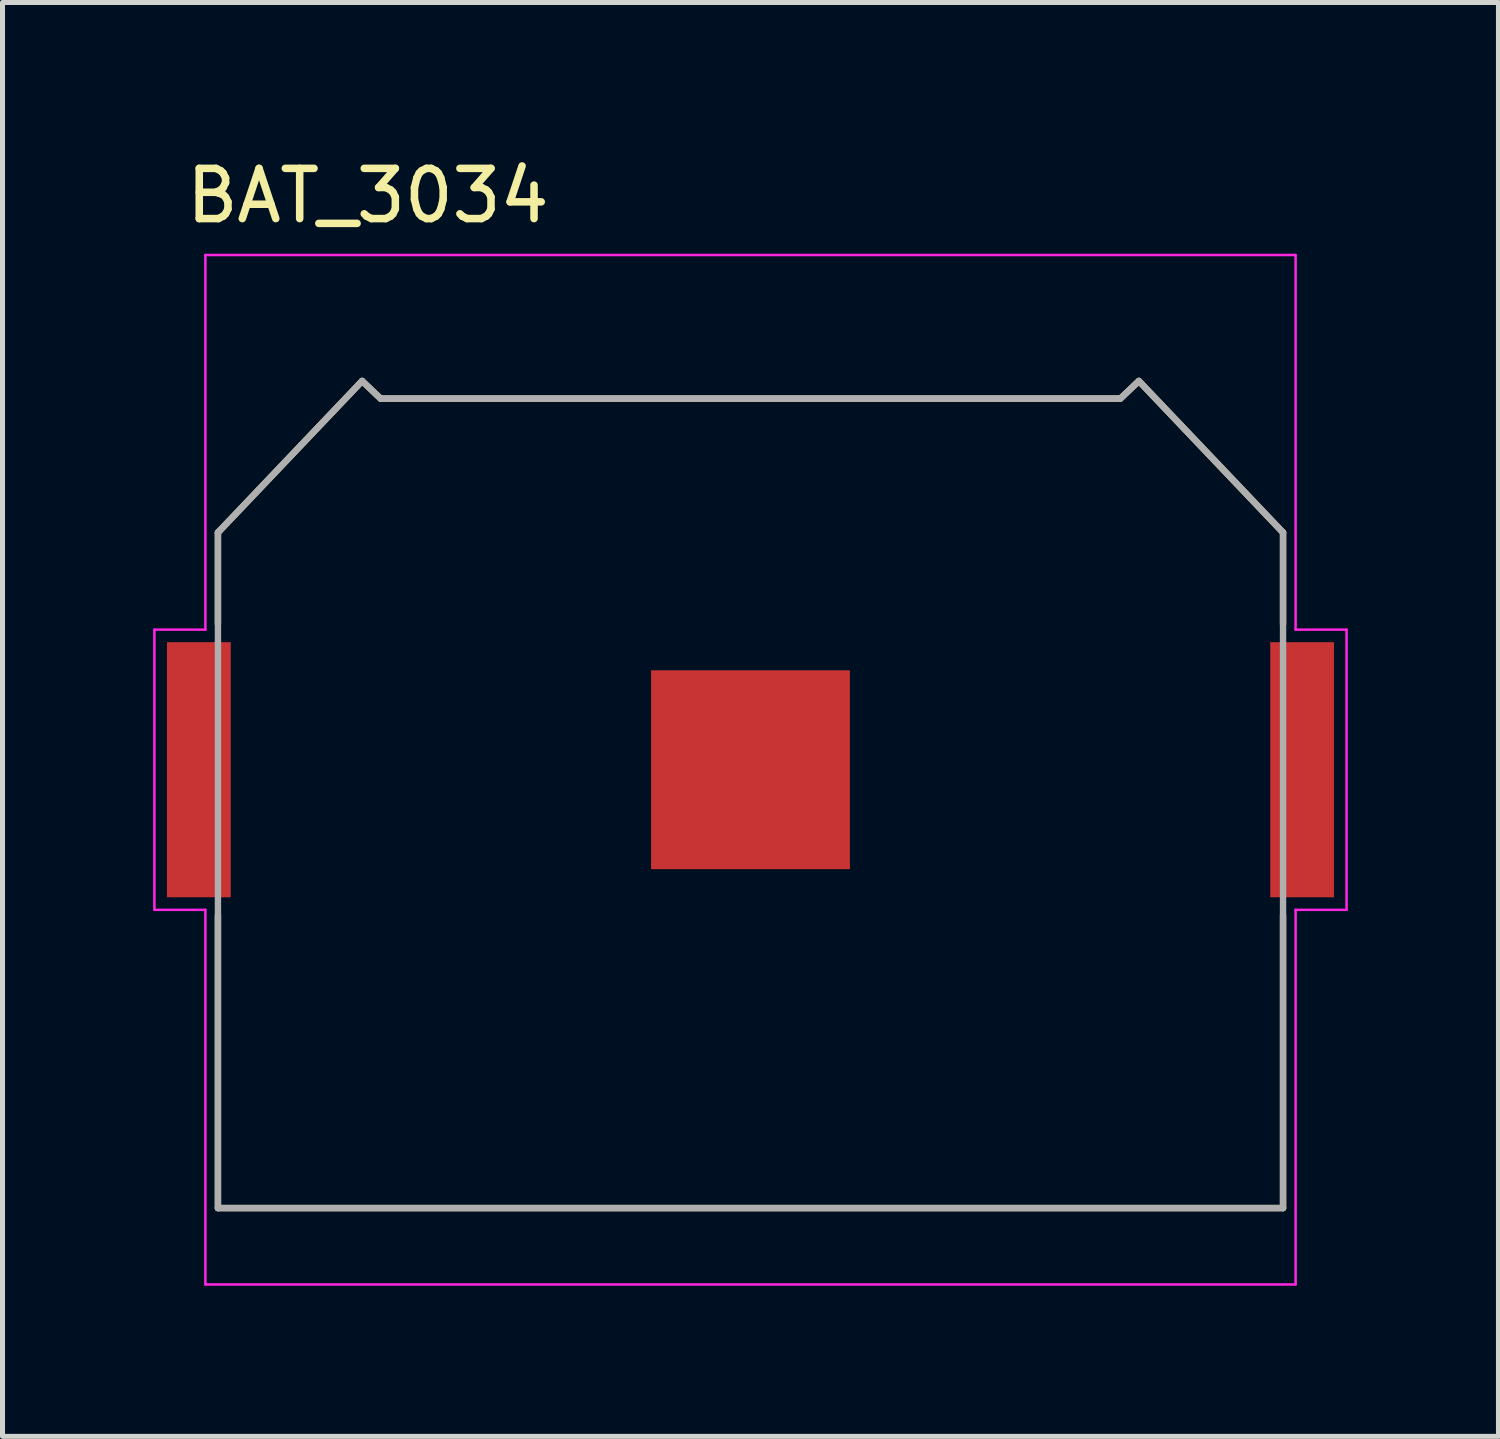
<source format=kicad_pcb>
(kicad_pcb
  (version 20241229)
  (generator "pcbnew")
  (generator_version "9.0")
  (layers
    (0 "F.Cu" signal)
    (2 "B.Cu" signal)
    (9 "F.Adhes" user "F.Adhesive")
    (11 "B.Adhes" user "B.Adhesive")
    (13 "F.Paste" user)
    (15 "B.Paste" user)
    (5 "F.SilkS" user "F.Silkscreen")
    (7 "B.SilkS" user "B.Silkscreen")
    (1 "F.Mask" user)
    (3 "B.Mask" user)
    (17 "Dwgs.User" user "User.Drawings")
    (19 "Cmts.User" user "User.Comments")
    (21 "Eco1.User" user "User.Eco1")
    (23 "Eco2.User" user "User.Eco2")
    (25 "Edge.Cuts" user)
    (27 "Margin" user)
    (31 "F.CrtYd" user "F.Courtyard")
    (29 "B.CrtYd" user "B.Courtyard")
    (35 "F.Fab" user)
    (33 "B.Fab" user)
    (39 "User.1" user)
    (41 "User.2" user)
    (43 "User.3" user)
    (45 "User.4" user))
  (footprint "BAT_3034"
    (layer "F.Cu")
    (at 11.895 12.278)
    (property "Reference" "BAT_3034" (at -7.62 -11.43 0) (layer "F.SilkS") (effects (font (size 1 1) (thickness 0.15))))
    (attr smd)
    (fp_line (start -10.605 -4.723) (end -10.605 -2.9) (stroke (width 0.127) (type solid)) (layer "F.SilkS"))
    (fp_line (start -10.605 8.729) (end -10.605 2.9) (stroke (width 0.127) (type solid)) (layer "F.SilkS"))
    (fp_line (start -10.605 8.729) (end 10.605 8.729) (stroke (width 0.127) (type solid)) (layer "F.SilkS"))
    (fp_line (start -7.734 -7.741) (end -10.605 -4.723) (stroke (width 0.127) (type solid)) (layer "F.SilkS"))
    (fp_line (start -7.734 -7.741) (end -7.366 -7.391) (stroke (width 0.127) (type solid)) (layer "F.SilkS"))
    (fp_line (start -7.366 -7.391) (end 7.366 -7.391) (stroke (width 0.127) (type solid)) (layer "F.SilkS"))
    (fp_line (start 7.366 -7.391) (end 7.734 -7.741) (stroke (width 0.127) (type solid)) (layer "F.SilkS"))
    (fp_line (start 7.734 -7.741) (end 10.605 -4.723) (stroke (width 0.127) (type solid)) (layer "F.SilkS"))
    (fp_line (start 10.605 -4.723) (end 10.605 -2.9) (stroke (width 0.127) (type solid)) (layer "F.SilkS"))
    (fp_line (start 10.605 8.729) (end 10.605 2.9) (stroke (width 0.127) (type solid)) (layer "F.SilkS"))
    (fp_line (start -11.87 -2.79) (end -11.87 2.79) (stroke (width 0.05) (type solid)) (layer "F.CrtYd"))
    (fp_line (start -11.87 2.79) (end -10.855 2.79) (stroke (width 0.05) (type solid)) (layer "F.CrtYd"))
    (fp_line (start -10.855 -10.25) (end -10.855 -2.79) (stroke (width 0.05) (type solid)) (layer "F.CrtYd"))
    (fp_line (start -10.855 -2.79) (end -11.87 -2.79) (stroke (width 0.05) (type solid)) (layer "F.CrtYd"))
    (fp_line (start -10.855 2.79) (end -10.855 10.25) (stroke (width 0.05) (type solid)) (layer "F.CrtYd"))
    (fp_line (start -10.855 10.25) (end 10.855 10.25) (stroke (width 0.05) (type solid)) (layer "F.CrtYd"))
    (fp_line (start 10.855 -10.25) (end -10.855 -10.25) (stroke (width 0.05) (type solid)) (layer "F.CrtYd"))
    (fp_line (start 10.855 -2.79) (end 10.855 -10.25) (stroke (width 0.05) (type solid)) (layer "F.CrtYd"))
    (fp_line (start 10.855 -2.79) (end 11.87 -2.79) (stroke (width 0.05) (type solid)) (layer "F.CrtYd"))
    (fp_line (start 10.855 10.25) (end 10.855 2.79) (stroke (width 0.05) (type solid)) (layer "F.CrtYd"))
    (fp_line (start 11.87 -2.79) (end 11.87 2.79) (stroke (width 0.05) (type solid)) (layer "F.CrtYd"))
    (fp_line (start 11.87 2.79) (end 10.855 2.79) (stroke (width 0.05) (type solid)) (layer "F.CrtYd"))
    (fp_line (start -10.605 -4.723) (end -10.605 8.729) (stroke (width 0.127) (type solid)) (layer "F.Fab"))
    (fp_line (start -10.605 8.729) (end 10.605 8.729) (stroke (width 0.127) (type solid)) (layer "F.Fab"))
    (fp_line (start -7.734 -7.741) (end -10.605 -4.723) (stroke (width 0.127) (type solid)) (layer "F.Fab"))
    (fp_line (start -7.734 -7.741) (end -7.366 -7.391) (stroke (width 0.127) (type solid)) (layer "F.Fab"))
    (fp_line (start -7.366 -7.391) (end 7.366 -7.391) (stroke (width 0.127) (type solid)) (layer "F.Fab"))
    (fp_line (start 7.366 -7.391) (end 7.734 -7.741) (stroke (width 0.127) (type solid)) (layer "F.Fab"))
    (fp_line (start 7.734 -7.741) (end 10.605 -4.723) (stroke (width 0.127) (type solid)) (layer "F.Fab"))
    (fp_line (start 10.605 -4.723) (end 10.605 8.729) (stroke (width 0.127) (type solid)) (layer "F.Fab"))
    (pad "N" smd rect (at 0 0) (size 3.96 3.96) (layers "F.Cu" "F.Mask"))
    (pad "P1" smd rect (at -10.985 0) (size 1.27 5.08) (layers "F.Cu" "F.Mask" "F.Paste"))
    (pad "P2" smd rect (at 10.985 0) (size 1.27 5.08) (layers "F.Cu" "F.Mask" "F.Paste")))
  (gr_rect
    (start -3 -3)
    (end 26.79 25.553)
    (stroke (width 0.1) (type default))
    (fill no)
    (layer "Edge.Cuts")))
</source>
